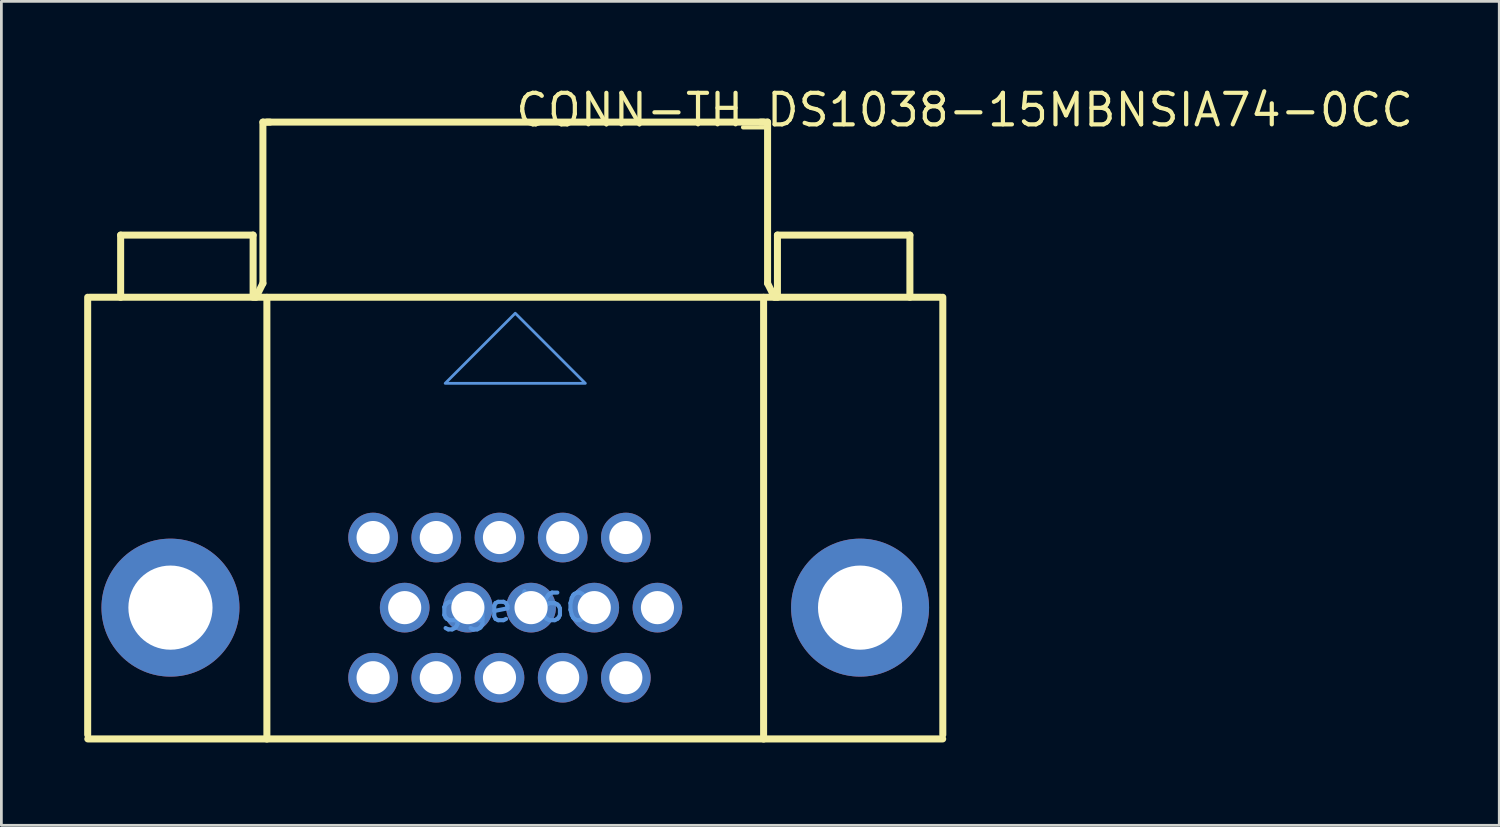
<source format=kicad_pcb>
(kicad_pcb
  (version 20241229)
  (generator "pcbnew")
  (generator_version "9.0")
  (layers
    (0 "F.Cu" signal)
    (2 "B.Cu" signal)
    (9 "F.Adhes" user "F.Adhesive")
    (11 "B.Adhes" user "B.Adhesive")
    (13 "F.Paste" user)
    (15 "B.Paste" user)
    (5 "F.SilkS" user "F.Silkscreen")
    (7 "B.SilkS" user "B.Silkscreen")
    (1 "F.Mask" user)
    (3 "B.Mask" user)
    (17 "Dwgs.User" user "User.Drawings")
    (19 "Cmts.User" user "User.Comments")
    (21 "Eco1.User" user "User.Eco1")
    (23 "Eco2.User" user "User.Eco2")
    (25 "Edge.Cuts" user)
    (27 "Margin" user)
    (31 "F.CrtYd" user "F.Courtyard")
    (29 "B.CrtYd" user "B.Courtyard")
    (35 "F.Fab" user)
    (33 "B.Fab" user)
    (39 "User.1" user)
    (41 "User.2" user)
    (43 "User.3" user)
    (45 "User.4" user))
  (footprint "CONN-TH_DS1038-15MBNSIA74-0CC"
    (layer "F.Cu")
    (at 15.622 18.969)
    (property "Reference" "CONN-TH_DS1038-15MBNSIA74-0CC" (at -0.064 -18.034 0) (layer "F.SilkS") (effects (font (size 1.143 1.143) (thickness 0.152)) (justify left)))
    (attr through_hole)
    (fp_line (start -15.495 4.606) (end -15.495 -11.248) (stroke (width 0.254) (type solid)) (layer "F.SilkS"))
    (fp_line (start -15.491 4.758) (end 15.489 4.758) (stroke (width 0.254) (type solid)) (layer "F.SilkS"))
    (fp_line (start -15.421 -11.248) (end 15.419 -11.248) (stroke (width 0.254) (type solid)) (layer "F.SilkS"))
    (fp_line (start -14.3 -13.5) (end -14.3 -11.244) (stroke (width 0.254) (type solid)) (layer "F.SilkS"))
    (fp_line (start -14.3 -13.5) (end -9.5 -13.5) (stroke (width 0.254) (type solid)) (layer "F.SilkS"))
    (fp_line (start -9.5 -13.5) (end -9.5 -11.248) (stroke (width 0.254) (type solid)) (layer "F.SilkS"))
    (fp_line (start -9.145 -17.594) (end -9.145 -11.752) (stroke (width 0.254) (type solid)) (layer "F.SilkS"))
    (fp_line (start -9.145 -11.752) (end -9.399 -11.244) (stroke (width 0.254) (type solid)) (layer "F.SilkS"))
    (fp_line (start -9.001 -17.594) (end 8.999 -17.594) (stroke (width 0.254) (type solid)) (layer "F.SilkS"))
    (fp_line (start -9.001 -11.244) (end -9.001 4.762) (stroke (width 0.254) (type solid)) (layer "F.SilkS"))
    (fp_line (start -8.891 -17.594) (end -9.145 -17.594) (stroke (width 0.254) (type solid)) (layer "F.SilkS"))
    (fp_line (start 8.889 -17.594) (end 9.143 -17.594) (stroke (width 0.254) (type solid)) (layer "F.SilkS"))
    (fp_line (start 8.999 -11.244) (end 8.999 4.762) (stroke (width 0.254) (type solid)) (layer "F.SilkS"))
    (fp_line (start 9.143 -17.594) (end 9.143 -11.752) (stroke (width 0.254) (type solid)) (layer "F.SilkS"))
    (fp_line (start 9.143 -11.752) (end 9.397 -11.244) (stroke (width 0.254) (type solid)) (layer "F.SilkS"))
    (fp_line (start 9.5 -13.5) (end 9.5 -11.244) (stroke (width 0.254) (type solid)) (layer "F.SilkS"))
    (fp_line (start 9.5 -13.5) (end 14.3 -13.5) (stroke (width 0.254) (type solid)) (layer "F.SilkS"))
    (fp_line (start 14.3 -13.5) (end 14.3 -11.248) (stroke (width 0.254) (type solid)) (layer "F.SilkS"))
    (fp_line (start 15.493 4.606) (end 15.493 -11.248) (stroke (width 0.254) (type solid)) (layer "F.SilkS"))
    (fp_poly (pts (xy -2.54 -8.128) (xy 2.54 -8.128) (xy 0 -10.668)) (stroke (width 0.1) (type solid)) (fill no) (layer "Cmts.User"))
    (fp_text user "gge460" (at 0 0 0) (layer "Cmts.User") (effects (font (size 1 1) (thickness 0.15))))
    (pad "1" thru_hole circle (at 4.007 2.54) (size 1.8 1.8) (drill 1.2) (layers "*.Cu" "*.Paste" "*.Mask"))
    (pad "2" thru_hole circle (at 1.718 2.54) (size 1.8 1.8) (drill 1.2) (layers "*.Cu" "*.Paste" "*.Mask"))
    (pad "3" thru_hole circle (at -0.572 2.54) (size 1.8 1.8) (drill 1.2) (layers "*.Cu" "*.Paste" "*.Mask"))
    (pad "4" thru_hole circle (at -2.862 2.54) (size 1.8 1.8) (drill 1.2) (layers "*.Cu" "*.Paste" "*.Mask"))
    (pad "5" thru_hole circle (at -5.152 2.54) (size 1.8 1.8) (drill 1.2) (layers "*.Cu" "*.Paste" "*.Mask"))
    (pad "6" thru_hole circle (at 5.152 0) (size 1.8 1.8) (drill 1.2) (layers "*.Cu" "*.Paste" "*.Mask"))
    (pad "7" thru_hole circle (at 2.862 0) (size 1.8 1.8) (drill 1.2) (layers "*.Cu" "*.Paste" "*.Mask"))
    (pad "8" thru_hole circle (at 0.572 0) (size 1.8 1.8) (drill 1.2) (layers "*.Cu" "*.Paste" "*.Mask"))
    (pad "9" thru_hole circle (at -1.718 0) (size 1.8 1.8) (drill 1.2) (layers "*.Cu" "*.Paste" "*.Mask"))
    (pad "10" thru_hole circle (at -4.007 0) (size 1.8 1.8) (drill 1.2) (layers "*.Cu" "*.Paste" "*.Mask"))
    (pad "11" thru_hole circle (at 4.007 -2.54) (size 1.8 1.8) (drill 1.2) (layers "*.Cu" "*.Paste" "*.Mask"))
    (pad "12" thru_hole circle (at 1.718 -2.54) (size 1.8 1.8) (drill 1.2) (layers "*.Cu" "*.Paste" "*.Mask"))
    (pad "13" thru_hole circle (at -0.572 -2.54) (size 1.8 1.8) (drill 1.2) (layers "*.Cu" "*.Paste" "*.Mask"))
    (pad "14" thru_hole circle (at -2.862 -2.54) (size 1.8 1.8) (drill 1.2) (layers "*.Cu" "*.Paste" "*.Mask"))
    (pad "15" thru_hole circle (at -5.152 -2.54) (size 1.8 1.8) (drill 1.2) (layers "*.Cu" "*.Paste" "*.Mask"))
    (pad "16" thru_hole circle (at -12.495 0) (size 5 5) (drill 3.05) (layers "*.Cu" "*.Paste" "*.Mask"))
    (pad "16" thru_hole circle (at 12.495 0) (size 5 5) (drill 3.05) (layers "*.Cu" "*.Paste" "*.Mask")))
  (gr_rect
    (start -3 -3)
    (end 51.279 26.858)
    (stroke (width 0.1) (type default))
    (fill no)
    (layer "Edge.Cuts")))
</source>
